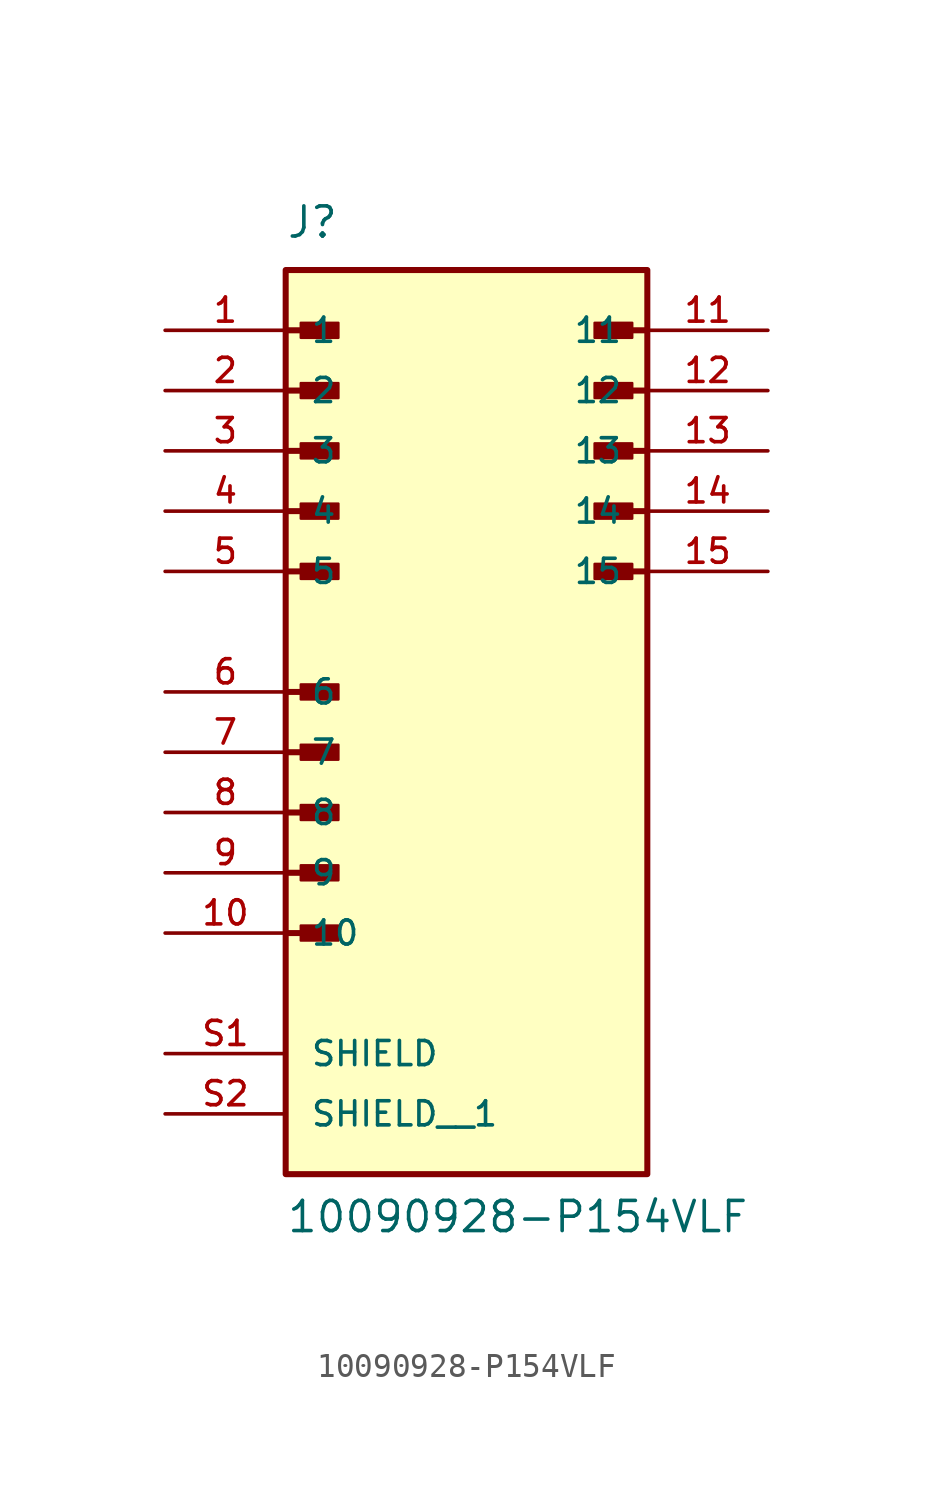
<source format=kicad_sym>
(kicad_symbol_lib
  (version 20211014)
  (generator kicad_symbol_editor)
  (symbol "10090928-P154VLF"
    (pin_names
      (offset 1.016))
    (property "Reference" "J"
      (at -7.62 19.05 0)
      (effects (font (size 1.27 1.27)) (justify bottom left)))
    (property "Value" "10090928-P154VLF"
      (at -7.62 -22.86 0)
      (effects (font (size 1.27 1.27)) (justify bottom left)))
    (symbol "10090928-P154VLF_0_0"
      (polyline (pts (xy -7.62 15.24) (xy -5.715 15.24)) (stroke (width 0.254)))
      (rectangle (start -6.985 14.922) (end -5.397 15.557) (stroke (width 0.1)) (fill (type outline)))
      (polyline (pts (xy -7.62 12.7) (xy -5.715 12.7)) (stroke (width 0.254)))
      (rectangle (start -6.985 12.383) (end -5.397 13.018) (stroke (width 0.1)) (fill (type outline)))
      (polyline (pts (xy -7.62 10.16) (xy -5.715 10.16)) (stroke (width 0.254)))
      (rectangle (start -6.985 9.842) (end -5.397 10.477) (stroke (width 0.1)) (fill (type outline)))
      (polyline (pts (xy -7.62 7.62) (xy -5.715 7.62)) (stroke (width 0.254)))
      (rectangle (start -6.985 7.303) (end -5.397 7.938) (stroke (width 0.1)) (fill (type outline)))
      (polyline (pts (xy -7.62 5.08) (xy -5.715 5.08)) (stroke (width 0.254)))
      (rectangle (start -6.985 4.763) (end -5.397 5.397) (stroke (width 0.1)) (fill (type outline)))
      (polyline (pts (xy -7.62 -5.08) (xy -5.715 -5.08)) (stroke (width 0.254)))
      (rectangle (start -6.985 -5.397) (end -5.397 -4.763) (stroke (width 0.1)) (fill (type outline)))
      (polyline (pts (xy -7.62 0.0) (xy -5.715 0.0)) (stroke (width 0.254)))
      (rectangle (start -6.985 -0.318) (end -5.397 0.318) (stroke (width 0.1)) (fill (type outline)))
      (polyline (pts (xy -7.62 -2.54) (xy -5.715 -2.54)) (stroke (width 0.254)))
      (rectangle (start -6.985 -2.857) (end -5.397 -2.223) (stroke (width 0.1)) (fill (type outline)))
      (polyline (pts (xy 7.62 5.08) (xy 5.715 5.08)) (stroke (width 0.254)))
      (rectangle (start 5.397 4.763) (end 6.985 5.397) (stroke (width 0.1)) (fill (type outline)))
      (polyline (pts (xy 7.62 7.62) (xy 5.715 7.62)) (stroke (width 0.254)))
      (rectangle (start 5.397 7.303) (end 6.985 7.938) (stroke (width 0.1)) (fill (type outline)))
      (polyline (pts (xy 7.62 10.16) (xy 5.715 10.16)) (stroke (width 0.254)))
      (rectangle (start 5.397 9.842) (end 6.985 10.477) (stroke (width 0.1)) (fill (type outline)))
      (polyline (pts (xy 7.62 12.7) (xy 5.715 12.7)) (stroke (width 0.254)))
      (rectangle (start 5.397 12.383) (end 6.985 13.018) (stroke (width 0.1)) (fill (type outline)))
      (polyline (pts (xy 7.62 15.24) (xy 5.715 15.24)) (stroke (width 0.254)))
      (rectangle (start 5.397 14.922) (end 6.985 15.557) (stroke (width 0.1)) (fill (type outline)))
      (polyline (pts (xy -7.62 -7.62) (xy -5.715 -7.62)) (stroke (width 0.254)))
      (rectangle (start -6.985 -7.938) (end -5.397 -7.303) (stroke (width 0.1)) (fill (type outline)))
      (polyline (pts (xy -7.62 -10.16) (xy -5.715 -10.16)) (stroke (width 0.254)))
      (rectangle (start -6.985 -10.477) (end -5.397 -9.842) (stroke (width 0.1)) (fill (type outline)))
      (rectangle (start -7.62 -20.32) (end 7.62 17.78) (stroke (width 0.254)) (fill (type background)))
      (pin passive line (at -12.7 15.24 0) (length 5.08) (name "1" (effects (font (size 1.016 1.016)))) (number "1" (effects (font (size 1.016 1.016)))))
      (pin passive line (at -12.7 12.7 0) (length 5.08) (name "2" (effects (font (size 1.016 1.016)))) (number "2" (effects (font (size 1.016 1.016)))))
      (pin passive line (at -12.7 10.16 0) (length 5.08) (name "3" (effects (font (size 1.016 1.016)))) (number "3" (effects (font (size 1.016 1.016)))))
      (pin passive line (at -12.7 7.62 0) (length 5.08) (name "4" (effects (font (size 1.016 1.016)))) (number "4" (effects (font (size 1.016 1.016)))))
      (pin passive line (at -12.7 5.08 0) (length 5.08) (name "5" (effects (font (size 1.016 1.016)))) (number "5" (effects (font (size 1.016 1.016)))))
      (pin passive line (at -12.7 0.0 0) (length 5.08) (name "6" (effects (font (size 1.016 1.016)))) (number "6" (effects (font (size 1.016 1.016)))))
      (pin passive line (at -12.7 -2.54 0) (length 5.08) (name "7" (effects (font (size 1.016 1.016)))) (number "7" (effects (font (size 1.016 1.016)))))
      (pin passive line (at -12.7 -5.08 0) (length 5.08) (name "8" (effects (font (size 1.016 1.016)))) (number "8" (effects (font (size 1.016 1.016)))))
      (pin passive line (at -12.7 -7.62 0) (length 5.08) (name "9" (effects (font (size 1.016 1.016)))) (number "9" (effects (font (size 1.016 1.016)))))
      (pin passive line (at -12.7 -10.16 0) (length 5.08) (name "10" (effects (font (size 1.016 1.016)))) (number "10" (effects (font (size 1.016 1.016)))))
      (pin passive line (at 12.7 15.24 180.0) (length 5.08) (name "11" (effects (font (size 1.016 1.016)))) (number "11" (effects (font (size 1.016 1.016)))))
      (pin passive line (at 12.7 12.7 180.0) (length 5.08) (name "12" (effects (font (size 1.016 1.016)))) (number "12" (effects (font (size 1.016 1.016)))))
      (pin passive line (at 12.7 10.16 180.0) (length 5.08) (name "13" (effects (font (size 1.016 1.016)))) (number "13" (effects (font (size 1.016 1.016)))))
      (pin passive line (at 12.7 7.62 180.0) (length 5.08) (name "14" (effects (font (size 1.016 1.016)))) (number "14" (effects (font (size 1.016 1.016)))))
      (pin passive line (at 12.7 5.08 180.0) (length 5.08) (name "15" (effects (font (size 1.016 1.016)))) (number "15" (effects (font (size 1.016 1.016)))))
      (pin passive line (at -12.7 -15.24 0) (length 5.08) (name "SHIELD" (effects (font (size 1.016 1.016)))) (number "S1" (effects (font (size 1.016 1.016)))))
      (pin passive line (at -12.7 -17.78 0) (length 5.08) (name "SHIELD__1" (effects (font (size 1.016 1.016)))) (number "S2" (effects (font (size 1.016 1.016))))))))
</source>
